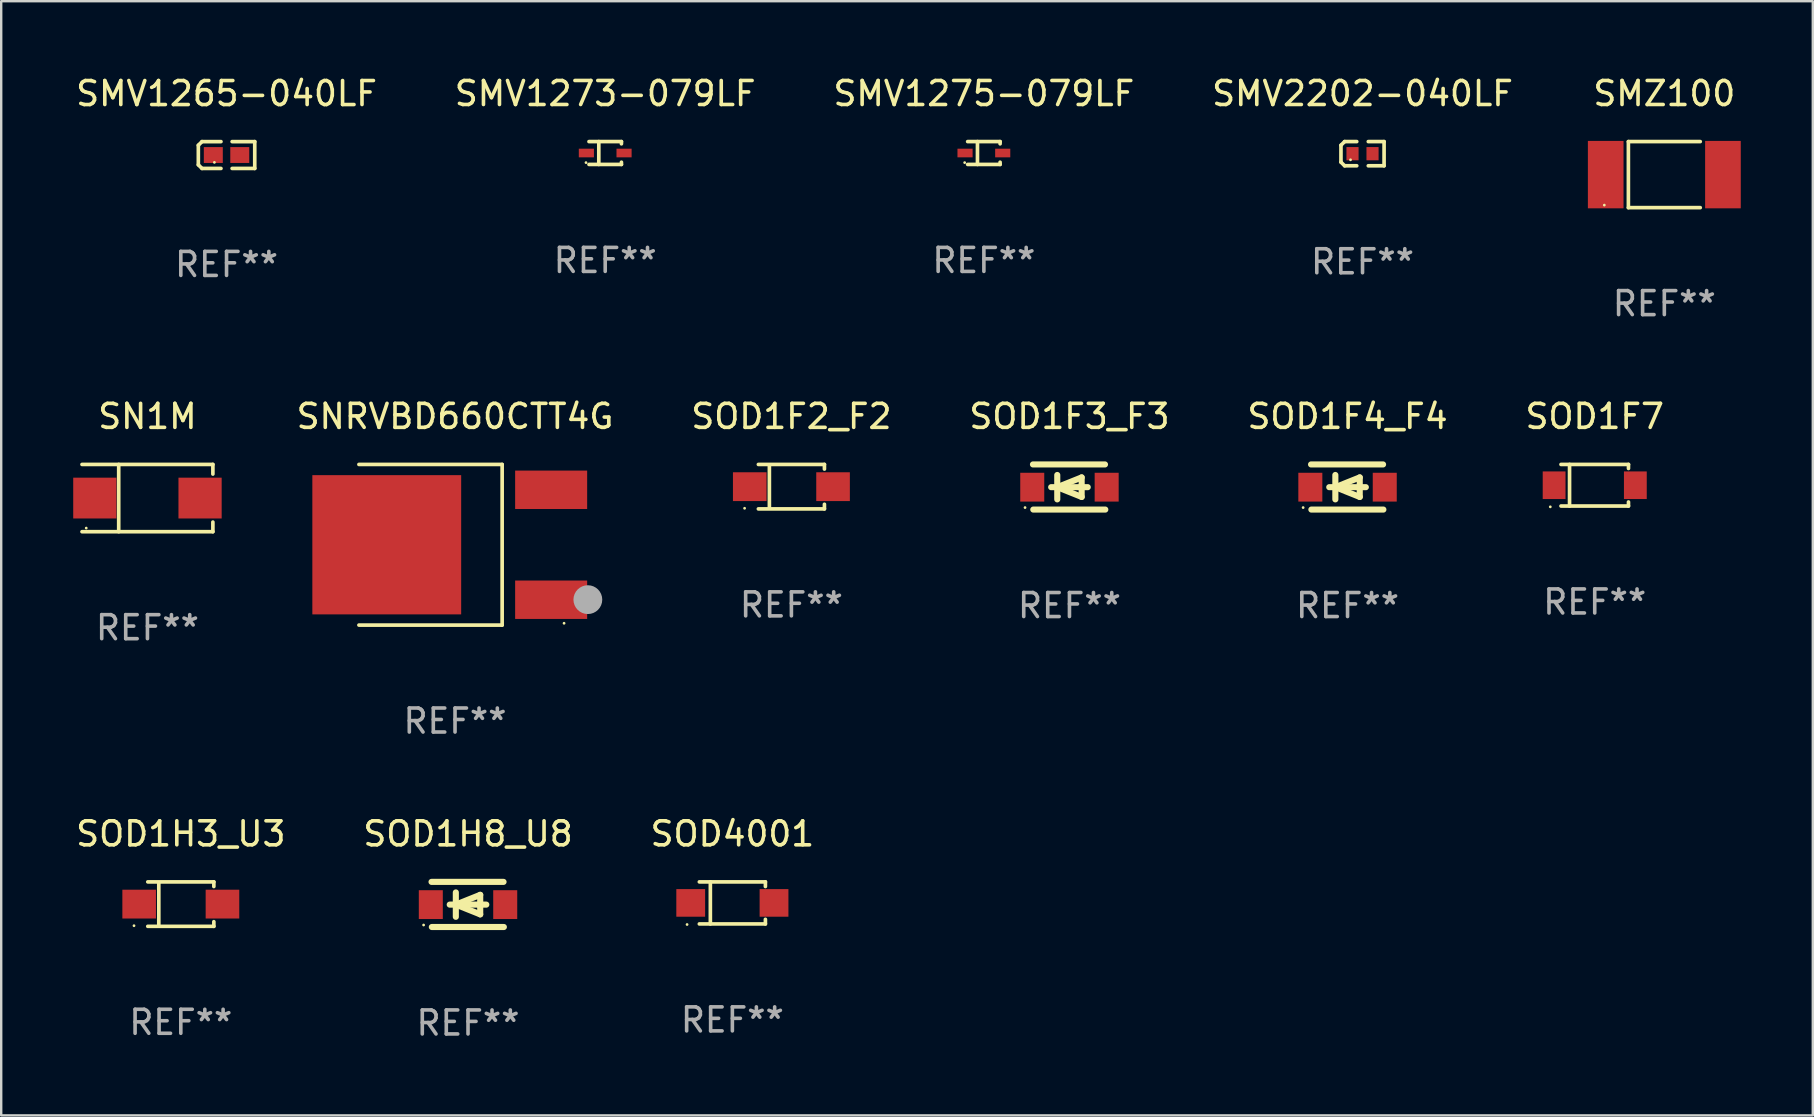
<source format=kicad_pcb>
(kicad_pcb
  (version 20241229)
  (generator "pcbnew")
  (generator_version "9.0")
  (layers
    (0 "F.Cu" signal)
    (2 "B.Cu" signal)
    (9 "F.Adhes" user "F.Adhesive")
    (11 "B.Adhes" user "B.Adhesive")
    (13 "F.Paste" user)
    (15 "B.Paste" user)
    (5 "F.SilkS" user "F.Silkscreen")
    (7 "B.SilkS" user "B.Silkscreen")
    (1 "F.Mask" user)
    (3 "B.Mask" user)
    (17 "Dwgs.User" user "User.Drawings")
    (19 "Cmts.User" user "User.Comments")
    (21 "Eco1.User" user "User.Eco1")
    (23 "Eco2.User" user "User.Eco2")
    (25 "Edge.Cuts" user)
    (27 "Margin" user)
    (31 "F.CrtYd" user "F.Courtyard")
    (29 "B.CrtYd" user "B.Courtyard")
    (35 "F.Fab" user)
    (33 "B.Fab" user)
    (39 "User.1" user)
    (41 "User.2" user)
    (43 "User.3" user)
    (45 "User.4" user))
  (footprint "SMZ100"
    (layer "F.Cu")
    (at 66.28 4.224)
    (property "Reference" "SMZ100" (at 0 -3.376 0) (layer "F.SilkS") (effects (font (size 1 1) (thickness 0.15))))
    (attr through_hole)
    (fp_line (start -1.497 -1.376) (end -1.497 1.376) (stroke (width 0.152) (type solid)) (layer "F.SilkS"))
    (fp_line (start -1.497 -1.376) (end 1.497 -1.376) (stroke (width 0.152) (type solid)) (layer "F.SilkS"))
    (fp_line (start -1.497 1.376) (end 1.497 1.376) (stroke (width 0.152) (type solid)) (layer "F.SilkS"))
    (fp_circle (center -2.5 1.27) (end -2.47 1.27) (stroke (width 0.06) (type solid)) (fill no) (layer "F.SilkS"))
    (fp_text user "REF**" (at 0 5.376 0) (layer "F.Fab") (effects (font (size 1 1) (thickness 0.15))))
    (pad "1" smd rect (at -2.442 0 180) (size 1.485 2.808) (layers "F.Cu" "F.Mask" "F.Paste"))
    (pad "2" smd rect (at 2.442 0 180) (size 1.485 2.808) (layers "F.Cu" "F.Mask" "F.Paste")))
  (footprint "SOD1F7"
    (layer "F.Cu")
    (at 63.381 17.163)
    (property "Reference" "SOD1F7" (at 0 -2.866 0) (layer "F.SilkS") (effects (font (size 1 1) (thickness 0.15))))
    (attr through_hole)
    (fp_line (start -1.406 -0.866) (end 1.406 -0.866) (stroke (width 0.152) (type solid)) (layer "F.SilkS"))
    (fp_line (start -1.406 0.866) (end 1.406 0.866) (stroke (width 0.152) (type solid)) (layer "F.SilkS"))
    (fp_line (start -1.049 -0.866) (end -1.049 0.866) (stroke (width 0.152) (type solid)) (layer "F.SilkS"))
    (fp_line (start 1.406 -0.866) (end 1.406 -0.698) (stroke (width 0.152) (type solid)) (layer "F.SilkS"))
    (fp_line (start 1.406 0.866) (end 1.406 0.698) (stroke (width 0.152) (type solid)) (layer "F.SilkS"))
    (fp_circle (center -1.851 0.9) (end -1.821 0.9) (stroke (width 0.06) (type solid)) (fill no) (layer "F.SilkS"))
    (fp_text user "REF**" (at 0 4.866 0) (layer "F.Fab") (effects (font (size 1 1) (thickness 0.15))))
    (pad "1" smd rect (at -1.692 0) (size 0.95 1.15) (layers "F.Cu" "F.Mask" "F.Paste"))
    (pad "2" smd rect (at 1.692 0) (size 0.95 1.15) (layers "F.Cu" "F.Mask" "F.Paste")))
  (footprint "SMV1273-079LF"
    (layer "F.Cu")
    (at 22.161 3.324)
    (property "Reference" "SMV1273-079LF" (at 0 -2.476 0) (layer "F.SilkS") (effects (font (size 1 1) (thickness 0.15))))
    (attr through_hole)
    (fp_line (start -0.676 -0.476) (end 0.676 -0.476) (stroke (width 0.152) (type solid)) (layer "F.SilkS"))
    (fp_line (start -0.676 0.476) (end 0.676 0.476) (stroke (width 0.152) (type solid)) (layer "F.SilkS"))
    (fp_line (start -0.267 -0.476) (end -0.267 0.476) (stroke (width 0.152) (type solid)) (layer "F.SilkS"))
    (fp_line (start 0.676 -0.476) (end 0.676 -0.383) (stroke (width 0.152) (type solid)) (layer "F.SilkS"))
    (fp_line (start 0.676 0.476) (end 0.676 0.383) (stroke (width 0.152) (type solid)) (layer "F.SilkS"))
    (fp_circle (center -0.8 0.4) (end -0.77 0.4) (stroke (width 0.06) (type solid)) (fill no) (layer "F.SilkS"))
    (fp_text user "REF**" (at 0 4.476 0) (layer "F.Fab") (effects (font (size 1 1) (thickness 0.15))))
    (pad "1" smd rect (at -0.785 0) (size 0.63 0.36) (layers "F.Cu" "F.Mask" "F.Paste"))
    (pad "2" smd rect (at 0.785 0) (size 0.63 0.36) (layers "F.Cu" "F.Mask" "F.Paste")))
  (footprint "SOD1F4_F4"
    (layer "F.Cu")
    (at 53.084 17.237)
    (property "Reference" "SOD1F4_F4" (at 0 -2.94 0) (layer "F.SilkS") (effects (font (size 1 1) (thickness 0.15))))
    (attr through_hole)
    (fp_line (start -1.52 -0.94) (end 1.48 -0.94) (stroke (width 0.254) (type solid)) (layer "F.SilkS"))
    (fp_line (start -1.507 0.94) (end 1.493 0.94) (stroke (width 0.254) (type solid)) (layer "F.SilkS"))
    (fp_line (start -0.762 0.007) (end 0.762 0.007) (stroke (width 0.254) (type solid)) (layer "F.SilkS"))
    (fp_line (start -0.508 -0.501) (end -0.508 0.515) (stroke (width 0.254) (type solid)) (layer "F.SilkS"))
    (fp_line (start -0.508 0.007) (end 0.508 -0.4) (stroke (width 0.254) (type solid)) (layer "F.SilkS"))
    (fp_line (start 0.508 -0.4) (end 0.508 0.413) (stroke (width 0.254) (type solid)) (layer "F.SilkS"))
    (fp_line (start 0.508 0.413) (end -0.508 0.007) (stroke (width 0.254) (type solid)) (layer "F.SilkS"))
    (fp_circle (center -1.85 0.857) (end -1.82 0.857) (stroke (width 0.06) (type solid)) (fill no) (layer "F.SilkS"))
    (fp_text user "REF**" (at 0 4.94 0) (layer "F.Fab") (effects (font (size 1 1) (thickness 0.15))))
    (pad "1" smd rect (at -1.55 0.007) (size 1 1.2) (layers "F.Cu" "F.Mask" "F.Paste"))
    (pad "2" smd rect (at 1.55 0.007) (size 1 1.2) (layers "F.Cu" "F.Mask" "F.Paste")))
  (footprint "SNRVBD660CTT4G"
    (layer "F.Cu")
    (at 15.905 19.643)
    (property "Reference" "SNRVBD660CTT4G" (at 0 -5.346 0) (layer "F.SilkS") (effects (font (size 1 1) (thickness 0.15))))
    (attr through_hole)
    (fp_line (start -4.004 -3.346) (end 1.963 -3.346) (stroke (width 0.152) (type solid)) (layer "F.SilkS"))
    (fp_line (start -4.004 3.346) (end 1.963 3.346) (stroke (width 0.152) (type solid)) (layer "F.SilkS"))
    (fp_line (start 1.963 3.346) (end 1.963 -3.346) (stroke (width 0.152) (type solid)) (layer "F.SilkS"))
    (fp_circle (center 4.542 3.27) (end 4.572 3.27) (stroke (width 0.06) (type solid)) (fill no) (layer "F.SilkS"))
    (fp_circle (center 5.533 2.286) (end 5.833 2.286) (stroke (width 0.6) (type solid)) (fill no) (layer "F.Fab"))
    (fp_text user "REF**" (at 0 7.346 0) (layer "F.Fab") (effects (font (size 1 1) (thickness 0.15))))
    (pad "1" smd rect (at 4.004 2.29) (size 3 1.6) (layers "F.Cu" "F.Mask" "F.Paste"))
    (pad "2" smd rect (at -2.844 0) (size 6.2 5.8) (layers "F.Cu" "F.Mask" "F.Paste"))
    (pad "3" smd rect (at 4.004 -2.29) (size 3 1.6) (layers "F.Cu" "F.Mask" "F.Paste")))
  (footprint "SN1M"
    (layer "F.Cu")
    (at 3.092 17.698)
    (property "Reference" "SN1M" (at 0 -3.401 0) (layer "F.SilkS") (effects (font (size 1 1) (thickness 0.15))))
    (attr through_hole)
    (fp_line (start -2.726 -1.401) (end 2.726 -1.401) (stroke (width 0.152) (type solid)) (layer "F.SilkS"))
    (fp_line (start -2.726 1.401) (end 2.726 1.401) (stroke (width 0.152) (type solid)) (layer "F.SilkS"))
    (fp_line (start -1.197 -1.401) (end -1.197 1.401) (stroke (width 0.152) (type solid)) (layer "F.SilkS"))
    (fp_line (start 2.726 -1.401) (end 2.726 -1) (stroke (width 0.152) (type solid)) (layer "F.SilkS"))
    (fp_line (start 2.726 1.401) (end 2.726 1) (stroke (width 0.152) (type solid)) (layer "F.SilkS"))
    (fp_circle (center -2.55 1.25) (end -2.52 1.25) (stroke (width 0.06) (type solid)) (fill no) (layer "F.SilkS"))
    (fp_text user "REF**" (at 0 5.401 0) (layer "F.Fab") (effects (font (size 1 1) (thickness 0.15))))
    (pad "1" smd rect (at -2.192 0) (size 1.8 1.7) (layers "F.Cu" "F.Mask" "F.Paste"))
    (pad "2" smd rect (at 2.192 0) (size 1.8 1.7) (layers "F.Cu" "F.Mask" "F.Paste")))
  (footprint "SMV1275-079LF"
    (layer "F.Cu")
    (at 37.935 3.324)
    (property "Reference" "SMV1275-079LF" (at 0 -2.476 0) (layer "F.SilkS") (effects (font (size 1 1) (thickness 0.15))))
    (attr through_hole)
    (fp_line (start -0.676 -0.476) (end 0.676 -0.476) (stroke (width 0.152) (type solid)) (layer "F.SilkS"))
    (fp_line (start -0.676 0.476) (end 0.676 0.476) (stroke (width 0.152) (type solid)) (layer "F.SilkS"))
    (fp_line (start -0.267 -0.476) (end -0.267 0.476) (stroke (width 0.152) (type solid)) (layer "F.SilkS"))
    (fp_line (start 0.676 -0.476) (end 0.676 -0.383) (stroke (width 0.152) (type solid)) (layer "F.SilkS"))
    (fp_line (start 0.676 0.476) (end 0.676 0.383) (stroke (width 0.152) (type solid)) (layer "F.SilkS"))
    (fp_circle (center -0.8 0.4) (end -0.77 0.4) (stroke (width 0.06) (type solid)) (fill no) (layer "F.SilkS"))
    (fp_text user "REF**" (at 0 4.476 0) (layer "F.Fab") (effects (font (size 1 1) (thickness 0.15))))
    (pad "1" smd rect (at -0.785 0) (size 0.63 0.36) (layers "F.Cu" "F.Mask" "F.Paste"))
    (pad "2" smd rect (at 0.785 0) (size 0.63 0.36) (layers "F.Cu" "F.Mask" "F.Paste")))
  (footprint "SOD1F2_F2"
    (layer "F.Cu")
    (at 29.917 17.223)
    (property "Reference" "SOD1F2_F2" (at 0 -2.926 0) (layer "F.SilkS") (effects (font (size 1 1) (thickness 0.15))))
    (attr through_hole)
    (fp_line (start -1.376 -0.926) (end 1.376 -0.926) (stroke (width 0.152) (type solid)) (layer "F.SilkS"))
    (fp_line (start -1.376 0.926) (end 1.376 0.926) (stroke (width 0.152) (type solid)) (layer "F.SilkS"))
    (fp_line (start -0.917 -0.876) (end -0.917 0.876) (stroke (width 0.152) (type solid)) (layer "F.SilkS"))
    (fp_line (start 1.376 -0.926) (end 1.376 -0.733) (stroke (width 0.152) (type solid)) (layer "F.SilkS"))
    (fp_line (start 1.376 0.926) (end 1.376 0.733) (stroke (width 0.152) (type solid)) (layer "F.SilkS"))
    (fp_circle (center -1.95 0.9) (end -1.92 0.9) (stroke (width 0.06) (type solid)) (fill no) (layer "F.SilkS"))
    (fp_text user "REF**" (at 0 4.926 0) (layer "F.Fab") (effects (font (size 1 1) (thickness 0.15))))
    (pad "1" smd rect (at -1.735 0) (size 1.4 1.2) (layers "F.Cu" "F.Mask" "F.Paste"))
    (pad "2" smd rect (at 1.735 0) (size 1.4 1.2) (layers "F.Cu" "F.Mask" "F.Paste")))
  (footprint "SOD1H8_U8"
    (layer "F.Cu")
    (at 16.446 34.626)
    (property "Reference" "SOD1H8_U8" (at 0 -2.94 0) (layer "F.SilkS") (effects (font (size 1 1) (thickness 0.15))))
    (attr through_hole)
    (fp_line (start -1.52 -0.94) (end 1.48 -0.94) (stroke (width 0.254) (type solid)) (layer "F.SilkS"))
    (fp_line (start -1.507 0.94) (end 1.493 0.94) (stroke (width 0.254) (type solid)) (layer "F.SilkS"))
    (fp_line (start -0.762 0.007) (end 0.762 0.007) (stroke (width 0.254) (type solid)) (layer "F.SilkS"))
    (fp_line (start -0.508 -0.501) (end -0.508 0.515) (stroke (width 0.254) (type solid)) (layer "F.SilkS"))
    (fp_line (start -0.508 0.007) (end 0.508 -0.4) (stroke (width 0.254) (type solid)) (layer "F.SilkS"))
    (fp_line (start 0.508 -0.4) (end 0.508 0.413) (stroke (width 0.254) (type solid)) (layer "F.SilkS"))
    (fp_line (start 0.508 0.413) (end -0.508 0.007) (stroke (width 0.254) (type solid)) (layer "F.SilkS"))
    (fp_circle (center -1.85 0.857) (end -1.82 0.857) (stroke (width 0.06) (type solid)) (fill no) (layer "F.SilkS"))
    (fp_text user "REF**" (at 0 4.94 0) (layer "F.Fab") (effects (font (size 1 1) (thickness 0.15))))
    (pad "1" smd rect (at -1.55 0.007) (size 1 1.2) (layers "F.Cu" "F.Mask" "F.Paste"))
    (pad "2" smd rect (at 1.55 0.007) (size 1 1.2) (layers "F.Cu" "F.Mask" "F.Paste")))
  (footprint "SOD1F3_F3"
    (layer "F.Cu")
    (at 41.5 17.237)
    (property "Reference" "SOD1F3_F3" (at 0 -2.94 0) (layer "F.SilkS") (effects (font (size 1 1) (thickness 0.15))))
    (attr through_hole)
    (fp_line (start -1.52 -0.94) (end 1.48 -0.94) (stroke (width 0.254) (type solid)) (layer "F.SilkS"))
    (fp_line (start -1.507 0.94) (end 1.493 0.94) (stroke (width 0.254) (type solid)) (layer "F.SilkS"))
    (fp_line (start -0.762 0.007) (end 0.762 0.007) (stroke (width 0.254) (type solid)) (layer "F.SilkS"))
    (fp_line (start -0.508 -0.501) (end -0.508 0.515) (stroke (width 0.254) (type solid)) (layer "F.SilkS"))
    (fp_line (start -0.508 0.007) (end 0.508 -0.4) (stroke (width 0.254) (type solid)) (layer "F.SilkS"))
    (fp_line (start 0.508 -0.4) (end 0.508 0.413) (stroke (width 0.254) (type solid)) (layer "F.SilkS"))
    (fp_line (start 0.508 0.413) (end -0.508 0.007) (stroke (width 0.254) (type solid)) (layer "F.SilkS"))
    (fp_circle (center -1.85 0.857) (end -1.82 0.857) (stroke (width 0.06) (type solid)) (fill no) (layer "F.SilkS"))
    (fp_text user "REF**" (at 0 4.94 0) (layer "F.Fab") (effects (font (size 1 1) (thickness 0.15))))
    (pad "1" smd rect (at -1.55 0.007) (size 1 1.2) (layers "F.Cu" "F.Mask" "F.Paste"))
    (pad "2" smd rect (at 1.55 0.007) (size 1 1.2) (layers "F.Cu" "F.Mask" "F.Paste")))
  (footprint "SOD1H3_U3"
    (layer "F.Cu")
    (at 4.482 34.612)
    (property "Reference" "SOD1H3_U3" (at 0 -2.926 0) (layer "F.SilkS") (effects (font (size 1 1) (thickness 0.15))))
    (attr through_hole)
    (fp_line (start -1.376 -0.926) (end 1.376 -0.926) (stroke (width 0.152) (type solid)) (layer "F.SilkS"))
    (fp_line (start -1.376 0.926) (end 1.376 0.926) (stroke (width 0.152) (type solid)) (layer "F.SilkS"))
    (fp_line (start -0.917 -0.876) (end -0.917 0.876) (stroke (width 0.152) (type solid)) (layer "F.SilkS"))
    (fp_line (start 1.376 -0.926) (end 1.376 -0.733) (stroke (width 0.152) (type solid)) (layer "F.SilkS"))
    (fp_line (start 1.376 0.926) (end 1.376 0.733) (stroke (width 0.152) (type solid)) (layer "F.SilkS"))
    (fp_circle (center -1.95 0.9) (end -1.92 0.9) (stroke (width 0.06) (type solid)) (fill no) (layer "F.SilkS"))
    (fp_text user "REF**" (at 0 4.926 0) (layer "F.Fab") (effects (font (size 1 1) (thickness 0.15))))
    (pad "1" smd rect (at -1.735 0) (size 1.4 1.2) (layers "F.Cu" "F.Mask" "F.Paste"))
    (pad "2" smd rect (at 1.735 0) (size 1.4 1.2) (layers "F.Cu" "F.Mask" "F.Paste")))
  (footprint "SMV2202-040LF"
    (layer "F.Cu")
    (at 53.708 3.352)
    (property "Reference" "SMV2202-040LF" (at 0 -2.504 0) (layer "F.SilkS") (effects (font (size 1 1) (thickness 0.15))))
    (attr through_hole)
    (fp_line (start -0.898 -0.352) (end -0.745 -0.504) (stroke (width 0.152) (type solid)) (layer "F.SilkS"))
    (fp_line (start -0.898 0.352) (end -0.898 -0.352) (stroke (width 0.152) (type solid)) (layer "F.SilkS"))
    (fp_line (start -0.745 -0.504) (end -0.24 -0.504) (stroke (width 0.152) (type solid)) (layer "F.SilkS"))
    (fp_line (start -0.745 0.504) (end -0.898 0.352) (stroke (width 0.152) (type solid)) (layer "F.SilkS"))
    (fp_line (start -0.24 0.504) (end -0.745 0.504) (stroke (width 0.152) (type solid)) (layer "F.SilkS"))
    (fp_line (start 0.24 0.504) (end 0.898 0.504) (stroke (width 0.152) (type solid)) (layer "F.SilkS"))
    (fp_line (start 0.898 -0.504) (end 0.24 -0.504) (stroke (width 0.152) (type solid)) (layer "F.SilkS"))
    (fp_line (start 0.898 0.504) (end 0.898 -0.504) (stroke (width 0.152) (type solid)) (layer "F.SilkS"))
    (fp_circle (center -0.5 0.255) (end -0.47 0.255) (stroke (width 0.06) (type solid)) (fill no) (layer "F.SilkS"))
    (fp_text user "REF**" (at 0 4.504 0) (layer "F.Fab") (effects (font (size 1 1) (thickness 0.15))))
    (pad "1" smd rect (at -0.417 -0.000051) (size 0.505 0.551) (layers "F.Cu" "F.Mask" "F.Paste"))
    (pad "2" smd rect (at 0.417 -0.000051) (size 0.505 0.551) (layers "F.Cu" "F.Mask" "F.Paste")))
  (footprint "SMV1265-040LF"
    (layer "F.Cu")
    (at 6.387 3.408)
    (property "Reference" "SMV1265-040LF" (at 0 -2.559 0) (layer "F.SilkS") (effects (font (size 1 1) (thickness 0.15))))
    (attr through_hole)
    (fp_line (start -1.175 -0.407) (end -1.023 -0.559) (stroke (width 0.152) (type solid)) (layer "F.SilkS"))
    (fp_line (start -1.175 0.407) (end -1.175 -0.407) (stroke (width 0.152) (type solid)) (layer "F.SilkS"))
    (fp_line (start -1.023 -0.559) (end -0.232 -0.559) (stroke (width 0.152) (type solid)) (layer "F.SilkS"))
    (fp_line (start -1.023 0.559) (end -1.175 0.407) (stroke (width 0.152) (type solid)) (layer "F.SilkS"))
    (fp_line (start -0.232 0.559) (end -1.023 0.559) (stroke (width 0.152) (type solid)) (layer "F.SilkS"))
    (fp_line (start 0.232 0.559) (end 1.175 0.559) (stroke (width 0.152) (type solid)) (layer "F.SilkS"))
    (fp_line (start 1.175 -0.559) (end 0.232 -0.559) (stroke (width 0.152) (type solid)) (layer "F.SilkS"))
    (fp_line (start 1.175 0.559) (end 1.175 -0.559) (stroke (width 0.152) (type solid)) (layer "F.SilkS"))
    (fp_circle (center -0.506 0.306) (end -0.476 0.306) (stroke (width 0.06) (type solid)) (fill no) (layer "F.SilkS"))
    (fp_text user "REF**" (at 0 4.559 0) (layer "F.Fab") (effects (font (size 1 1) (thickness 0.15))))
    (pad "1" smd rect (at -0.551 0) (size 0.79 0.661) (layers "F.Cu" "F.Mask" "F.Paste"))
    (pad "2" smd rect (at 0.551 0) (size 0.79 0.661) (layers "F.Cu" "F.Mask" "F.Paste")))
  (footprint "SOD4001"
    (layer "F.Cu")
    (at 27.458 34.562)
    (property "Reference" "SOD4001" (at 0 -2.876 0) (layer "F.SilkS") (effects (font (size 1 1) (thickness 0.15))))
    (attr through_hole)
    (fp_line (start -1.376 -0.876) (end 1.376 -0.876) (stroke (width 0.152) (type solid)) (layer "F.SilkS"))
    (fp_line (start -1.376 0.876) (end 1.376 0.876) (stroke (width 0.152) (type solid)) (layer "F.SilkS"))
    (fp_line (start -0.917 -0.876) (end -0.917 0.876) (stroke (width 0.152) (type solid)) (layer "F.SilkS"))
    (fp_line (start 1.376 -0.876) (end 1.376 -0.683) (stroke (width 0.152) (type solid)) (layer "F.SilkS"))
    (fp_line (start 1.376 0.876) (end 1.376 0.683) (stroke (width 0.152) (type solid)) (layer "F.SilkS"))
    (fp_circle (center -1.887 0.9) (end -1.857 0.9) (stroke (width 0.06) (type solid)) (fill no) (layer "F.SilkS"))
    (fp_text user "REF**" (at 0 4.876 0) (layer "F.Fab") (effects (font (size 1 1) (thickness 0.15))))
    (pad "1" smd rect (at -1.735 0) (size 1.2 1.15) (layers "F.Cu" "F.Mask" "F.Paste"))
    (pad "2" smd rect (at 1.735 0) (size 1.2 1.15) (layers "F.Cu" "F.Mask" "F.Paste")))
  (gr_rect
    (start -3 -3)
    (end 72.465 43.414)
    (stroke (width 0.1) (type default))
    (fill no)
    (layer "Edge.Cuts")))
</source>
